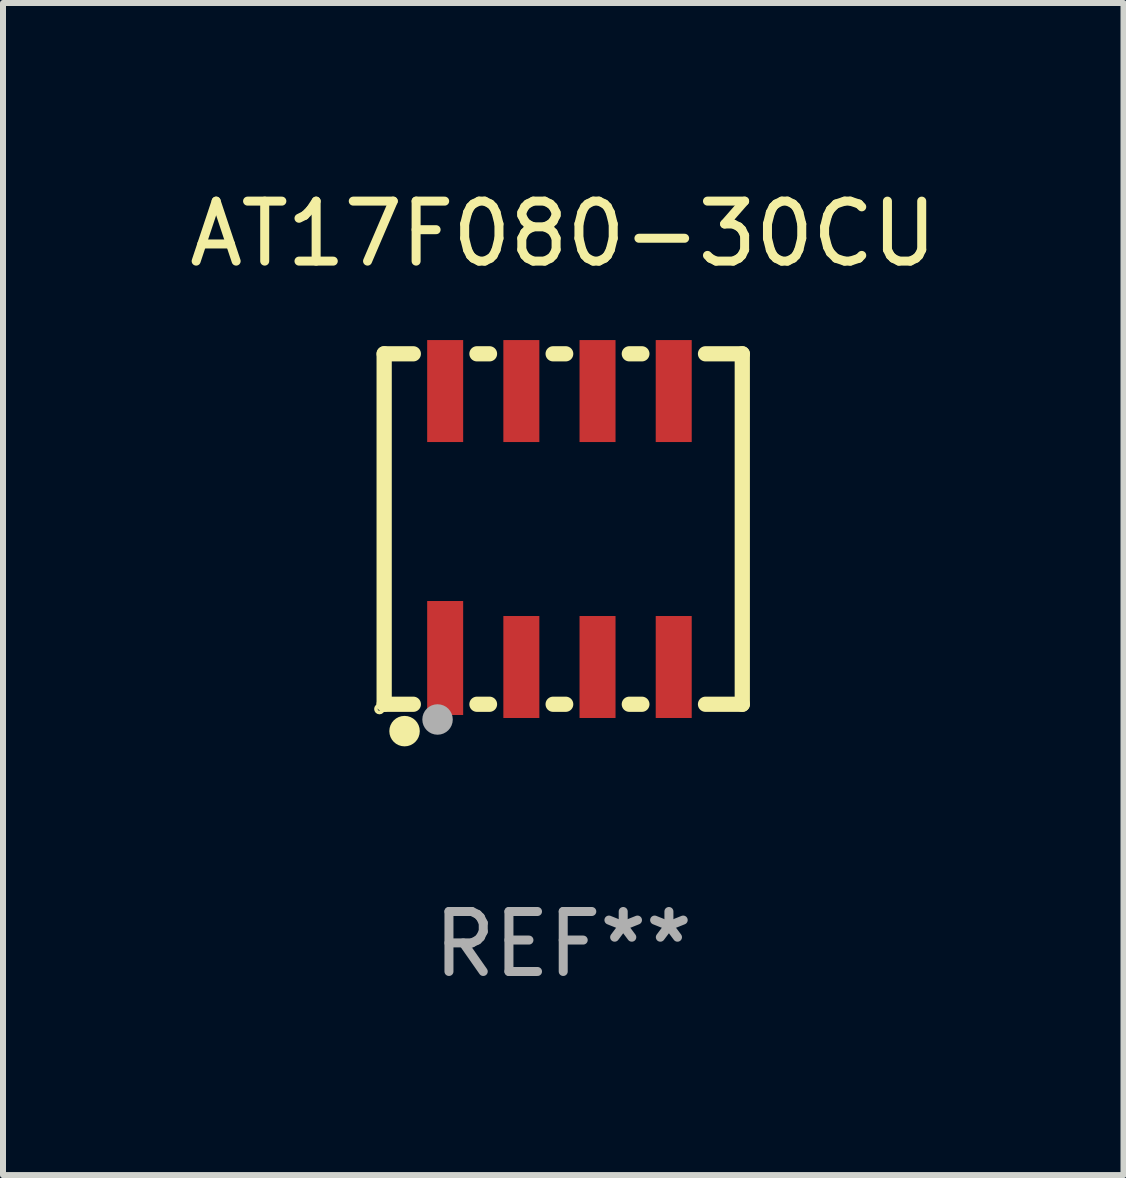
<source format=kicad_pcb>
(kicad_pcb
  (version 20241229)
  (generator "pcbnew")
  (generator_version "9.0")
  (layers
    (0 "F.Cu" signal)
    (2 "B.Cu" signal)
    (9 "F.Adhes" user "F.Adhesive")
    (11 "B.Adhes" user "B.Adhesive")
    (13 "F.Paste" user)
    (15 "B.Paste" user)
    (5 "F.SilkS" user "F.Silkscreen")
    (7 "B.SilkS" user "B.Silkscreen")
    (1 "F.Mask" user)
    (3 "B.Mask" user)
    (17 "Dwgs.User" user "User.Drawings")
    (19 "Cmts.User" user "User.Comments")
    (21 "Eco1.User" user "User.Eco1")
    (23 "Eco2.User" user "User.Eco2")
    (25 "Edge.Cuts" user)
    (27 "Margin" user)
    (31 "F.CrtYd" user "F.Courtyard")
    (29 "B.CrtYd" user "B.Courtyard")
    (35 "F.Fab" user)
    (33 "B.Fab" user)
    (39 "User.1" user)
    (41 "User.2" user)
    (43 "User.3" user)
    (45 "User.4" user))
  (footprint "AT17F080-30CU"
    (layer "F.Cu")
    (at 6.339 5.769)
    (property "Reference" "AT17F080-30CU" (at 0 -4.921 0) (layer "F.SilkS") (effects (font (size 1 1) (thickness 0.15))))
    (attr through_hole)
    (fp_line (start -2.985 -2.921) (end -2.985 2.921) (stroke (width 0.254) (type solid)) (layer "F.SilkS"))
    (fp_line (start -2.985 2.921) (end -2.499 2.921) (stroke (width 0.254) (type solid)) (layer "F.SilkS"))
    (fp_line (start -2.499 -2.921) (end -2.985 -2.921) (stroke (width 0.254) (type solid)) (layer "F.SilkS"))
    (fp_line (start -1.438 2.921) (end -1.229 2.921) (stroke (width 0.254) (type solid)) (layer "F.SilkS"))
    (fp_line (start -1.229 -2.921) (end -1.438 -2.921) (stroke (width 0.254) (type solid)) (layer "F.SilkS"))
    (fp_line (start -0.168 2.921) (end 0.041 2.921) (stroke (width 0.254) (type solid)) (layer "F.SilkS"))
    (fp_line (start 0.041 -2.921) (end -0.168 -2.921) (stroke (width 0.254) (type solid)) (layer "F.SilkS"))
    (fp_line (start 1.102 2.921) (end 1.311 2.921) (stroke (width 0.254) (type solid)) (layer "F.SilkS"))
    (fp_line (start 1.311 -2.921) (end 1.102 -2.921) (stroke (width 0.254) (type solid)) (layer "F.SilkS"))
    (fp_line (start 2.372 2.921) (end 2.985 2.921) (stroke (width 0.254) (type solid)) (layer "F.SilkS"))
    (fp_line (start 2.985 -2.921) (end 2.372 -2.921) (stroke (width 0.254) (type solid)) (layer "F.SilkS"))
    (fp_line (start 2.985 2.921) (end 2.985 -2.921) (stroke (width 0.254) (type solid)) (layer "F.SilkS"))
    (fp_circle (center -3.063 3) (end -3.034 3) (stroke (width 0.06) (type solid)) (fill no) (layer "F.SilkS"))
    (fp_circle (center -2.645 3.369) (end -2.518 3.369) (stroke (width 0.254) (type solid)) (fill no) (layer "F.SilkS"))
    (fp_circle (center -2.095 3.175) (end -1.968 3.175) (stroke (width 0.254) (type solid)) (fill no) (layer "F.Fab"))
    (fp_text user "REF**" (at 0 6.921 0) (layer "F.Fab") (effects (font (size 1 1) (thickness 0.15))))
    (pad "1" smd rect (at -1.968 2.15 90) (size 1.9 0.6) (layers "F.Cu" "F.Mask" "F.Paste"))
    (pad "2" smd rect (at -0.698 2.3 90) (size 1.7 0.6) (layers "F.Cu" "F.Mask" "F.Paste"))
    (pad "3" smd rect (at 0.572 2.3 90) (size 1.7 0.6) (layers "F.Cu" "F.Mask" "F.Paste"))
    (pad "4" smd rect (at 1.842 2.3 90) (size 1.7 0.6) (layers "F.Cu" "F.Mask" "F.Paste"))
    (pad "5" smd rect (at 1.842 -2.3 90) (size 1.7 0.6) (layers "F.Cu" "F.Mask" "F.Paste"))
    (pad "6" smd rect (at 0.572 -2.3 90) (size 1.7 0.6) (layers "F.Cu" "F.Mask" "F.Paste"))
    (pad "7" smd rect (at -0.698 -2.3 90) (size 1.7 0.6) (layers "F.Cu" "F.Mask" "F.Paste"))
    (pad "8" smd rect (at -1.968 -2.3 90) (size 1.7 0.6) (layers "F.Cu" "F.Mask" "F.Paste")))
  (gr_rect
    (start -3 -3)
    (end 15.679 16.539)
    (stroke (width 0.1) (type default))
    (fill no)
    (layer "Edge.Cuts")))
</source>
